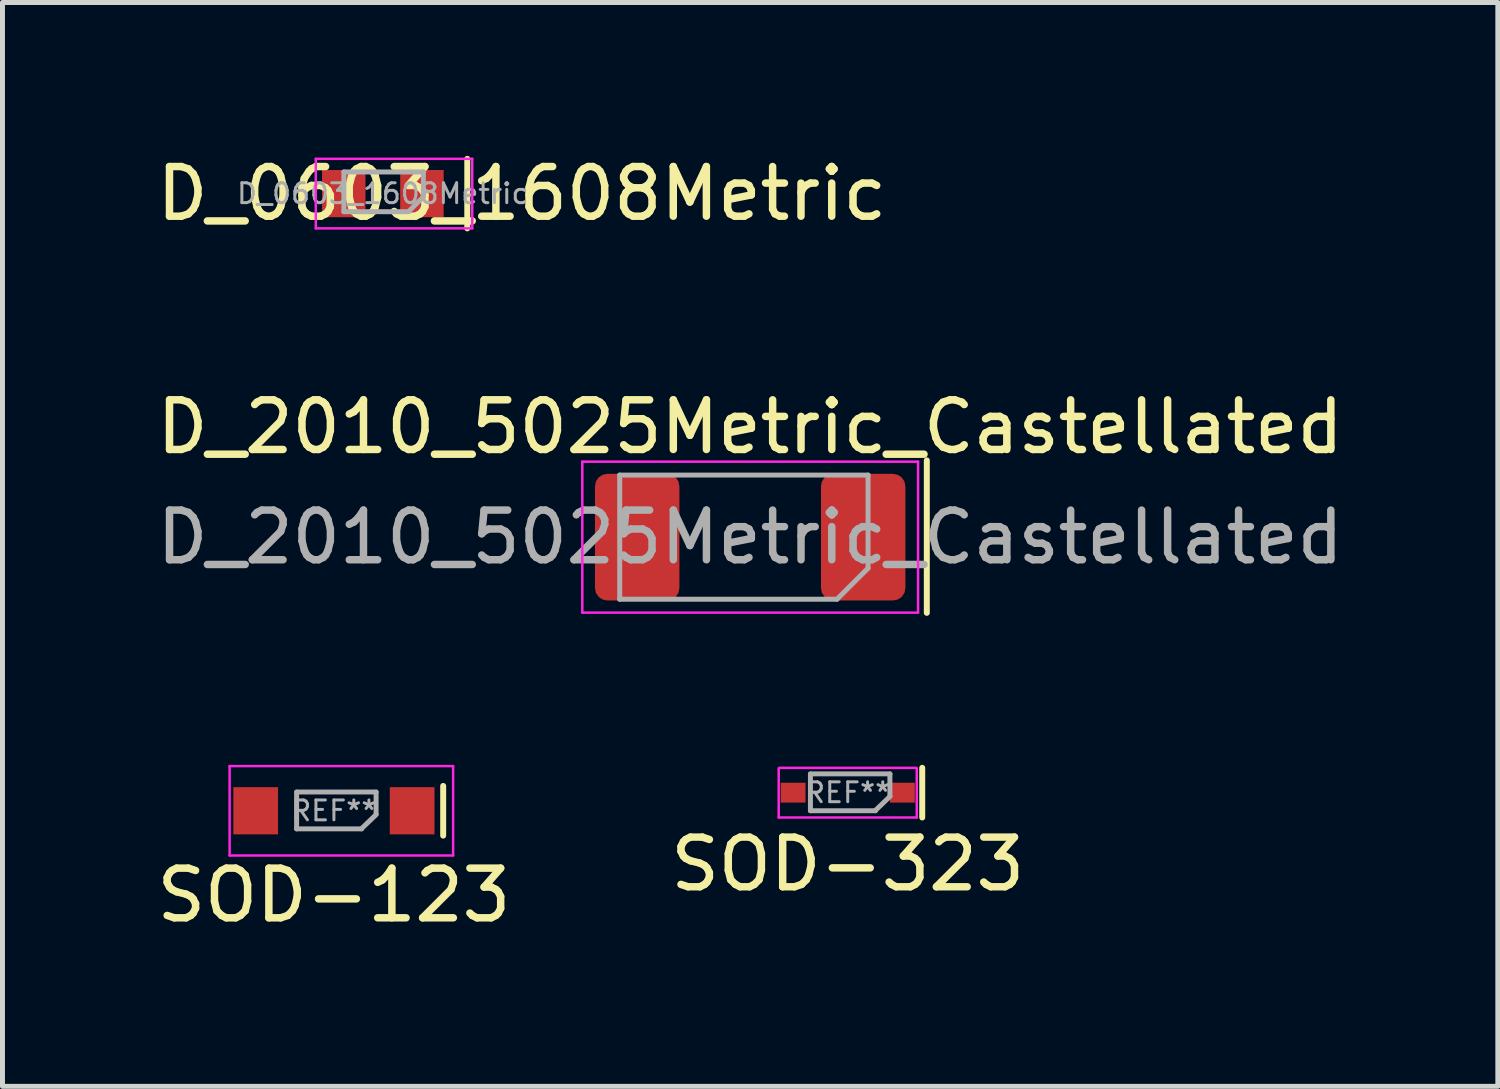
<source format=kicad_pcb>
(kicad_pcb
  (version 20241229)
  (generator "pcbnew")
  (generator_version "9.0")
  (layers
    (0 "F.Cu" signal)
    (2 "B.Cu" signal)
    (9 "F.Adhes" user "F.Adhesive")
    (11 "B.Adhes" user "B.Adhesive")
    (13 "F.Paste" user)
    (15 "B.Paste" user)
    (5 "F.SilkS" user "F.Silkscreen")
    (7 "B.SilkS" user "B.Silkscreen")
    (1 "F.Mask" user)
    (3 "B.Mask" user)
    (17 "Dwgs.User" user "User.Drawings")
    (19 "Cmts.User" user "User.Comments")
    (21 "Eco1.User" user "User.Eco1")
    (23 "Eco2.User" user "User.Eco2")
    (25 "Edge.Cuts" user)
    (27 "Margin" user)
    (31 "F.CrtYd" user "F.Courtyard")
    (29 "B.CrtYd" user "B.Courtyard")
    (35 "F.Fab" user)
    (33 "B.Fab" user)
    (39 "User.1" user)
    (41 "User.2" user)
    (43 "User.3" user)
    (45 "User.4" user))
  (footprint "D_0603_1608Metric"
    (layer "F.Cu")
    (at 4.658 0.848)
    (property "Reference" "D_0603_1608Metric" (at 2.8 0 0) (layer "F.SilkS") (effects (font (size 1 1) (thickness 0.15))))
    (attr smd)
    (fp_line (start 1.7 -0.7) (end 1.7 0.7) (stroke (width 0.12) (type solid)) (layer "F.SilkS"))
    (fp_line (start -1.35 -0.7) (end 1.8 -0.7) (stroke (width 0.05) (type solid)) (layer "F.CrtYd"))
    (fp_line (start -1.35 0.7) (end -1.35 -0.7) (stroke (width 0.05) (type solid)) (layer "F.CrtYd"))
    (fp_line (start 1.8 -0.7) (end 1.8 0.7) (stroke (width 0.05) (type solid)) (layer "F.CrtYd"))
    (fp_line (start 1.8 0.7) (end -1.35 0.7) (stroke (width 0.05) (type solid)) (layer "F.CrtYd"))
    (fp_line (start -0.784 -0.436) (end -0.784 0.364) (stroke (width 0.1) (type solid)) (layer "F.Fab"))
    (fp_line (start -0.784 0.364) (end 0.516 0.364) (stroke (width 0.1) (type solid)) (layer "F.Fab"))
    (fp_line (start 0.516 0.364) (end 0.816 0.064) (stroke (width 0.1) (type solid)) (layer "F.Fab"))
    (fp_line (start 0.816 -0.436) (end -0.784 -0.436) (stroke (width 0.1) (type solid)) (layer "F.Fab"))
    (fp_line (start 0.816 0.064) (end 0.816 -0.436) (stroke (width 0.1) (type solid)) (layer "F.Fab"))
    (fp_text user "${REFERENCE}" (at 0 0 0) (layer "F.Fab") (effects (font (size 0.4 0.4) (thickness 0.06))))
    (pad "1" smd rect (at -0.787 0) (size 0.875 0.95) (layers "F.Cu" "F.Mask" "F.Paste"))
    (pad "2" smd rect (at 0.787 0) (size 0.875 0.95) (layers "F.Cu" "F.Mask" "F.Paste")))
  (footprint "SOD-123"
    (layer "F.Cu")
    (at 3.673 13.274)
    (property "Reference" "SOD-123" (at 0 1.7 0) (layer "F.SilkS") (effects (font (size 1 1) (thickness 0.15))))
    (attr smd)
    (fp_line (start 2.2 -0.5) (end 2.2 0.5) (stroke (width 0.12) (type solid)) (layer "F.SilkS"))
    (fp_line (start -2.1 -0.9) (end 2.4 -0.9) (stroke (width 0.05) (type solid)) (layer "F.CrtYd"))
    (fp_line (start -2.1 0.9) (end -2.1 -0.9) (stroke (width 0.05) (type solid)) (layer "F.CrtYd"))
    (fp_line (start 2.4 -0.9) (end 2.4 0.9) (stroke (width 0.05) (type solid)) (layer "F.CrtYd"))
    (fp_line (start 2.4 0.9) (end -2.1 0.9) (stroke (width 0.05) (type solid)) (layer "F.CrtYd"))
    (fp_line (start -0.751 -0.375) (end -0.751 0.364) (stroke (width 0.1) (type solid)) (layer "F.Fab"))
    (fp_line (start -0.75 0.364) (end 0.56 0.364) (stroke (width 0.1) (type solid)) (layer "F.Fab"))
    (fp_line (start 0.552 0.363) (end 0.852 0.075) (stroke (width 0.1) (type solid)) (layer "F.Fab"))
    (fp_line (start 0.849 0.064) (end 0.849 -0.375) (stroke (width 0.1) (type solid)) (layer "F.Fab"))
    (fp_line (start 0.85 -0.378) (end -0.75 -0.378) (stroke (width 0.1) (type solid)) (layer "F.Fab"))
    (fp_text user "REF**" (at 0 0 0) (layer "F.Fab") (effects (font (size 0.4 0.4) (thickness 0.06))))
    (pad "1" smd rect (at 1.575 0) (size 0.9 0.95) (layers "F.Cu" "F.Mask" "F.Paste"))
    (pad "2" smd rect (at -1.575 0) (size 0.9 0.95) (layers "F.Cu" "F.Mask" "F.Paste")))
  (footprint "D_2010_5025Metric_Castellated"
    (layer "F.Cu")
    (at 12.054 7.765)
    (property "Reference" "D_2010_5025Metric_Castellated" (at 0 -2.22 0) (layer "F.SilkS") (effects (font (size 1 1) (thickness 0.15))))
    (attr smd)
    (fp_line (start 3.556 -1.546) (end 3.556 1.524) (stroke (width 0.12) (type solid)) (layer "F.SilkS"))
    (fp_line (start -3.38 -1.52) (end 3.38 -1.52) (stroke (width 0.05) (type solid)) (layer "F.CrtYd"))
    (fp_line (start -3.38 1.52) (end -3.38 -1.52) (stroke (width 0.05) (type solid)) (layer "F.CrtYd"))
    (fp_line (start 3.38 -1.52) (end 3.38 1.52) (stroke (width 0.05) (type solid)) (layer "F.CrtYd"))
    (fp_line (start 3.38 1.52) (end -3.38 1.52) (stroke (width 0.05) (type solid)) (layer "F.CrtYd"))
    (fp_line (start -2.627 -1.25) (end -2.627 1.25) (stroke (width 0.1) (type solid)) (layer "F.Fab"))
    (fp_line (start -2.627 1.25) (end 1.748 1.25) (stroke (width 0.1) (type solid)) (layer "F.Fab"))
    (fp_line (start 1.748 1.25) (end 2.373 0.625) (stroke (width 0.1) (type solid)) (layer "F.Fab"))
    (fp_line (start 2.373 -1.25) (end -2.627 -1.25) (stroke (width 0.1) (type solid)) (layer "F.Fab"))
    (fp_line (start 2.373 0.625) (end 2.373 -1.25) (stroke (width 0.1) (type solid)) (layer "F.Fab"))
    (fp_text user "${REFERENCE}" (at 0 0 0) (layer "F.Fab") (effects (font (size 1 1) (thickness 0.15))))
    (pad "1" smd roundrect (at -2.275 0) (size 1.7 2.55) (layers "F.Cu" "F.Mask" "F.Paste") (roundrect_rratio 0.147))
    (pad "2" smd roundrect (at 2.275 0) (size 1.7 2.55) (layers "F.Cu" "F.Mask" "F.Paste") (roundrect_rratio 0.147)))
  (footprint "SOD-323"
    (layer "F.Cu")
    (at 14.018 12.909)
    (property "Reference" "SOD-323" (at 0 1.44 0) (layer "F.SilkS") (effects (font (size 1 1) (thickness 0.15))))
    (attr smd)
    (fp_line (start 1.5 -0.5) (end 1.5 0.5) (stroke (width 0.12) (type solid)) (layer "F.SilkS"))
    (fp_line (start -1.39 0.5) (end -1.39 -0.49) (stroke (width 0.05) (type solid)) (layer "F.CrtYd"))
    (fp_line (start -1.38 -0.499) (end 1.38 -0.499) (stroke (width 0.05) (type solid)) (layer "F.CrtYd"))
    (fp_line (start 1.39 -0.49) (end 1.39 0.5) (stroke (width 0.05) (type solid)) (layer "F.CrtYd"))
    (fp_line (start 1.39 0.5) (end -1.39 0.5) (stroke (width 0.05) (type solid)) (layer "F.CrtYd"))
    (fp_line (start -0.751 -0.375) (end -0.751 0.364) (stroke (width 0.1) (type solid)) (layer "F.Fab"))
    (fp_line (start -0.75 0.364) (end 0.56 0.364) (stroke (width 0.1) (type solid)) (layer "F.Fab"))
    (fp_line (start 0.552 0.363) (end 0.852 0.075) (stroke (width 0.1) (type solid)) (layer "F.Fab"))
    (fp_line (start 0.849 0.064) (end 0.849 -0.375) (stroke (width 0.1) (type solid)) (layer "F.Fab"))
    (fp_line (start 0.85 -0.378) (end -0.75 -0.378) (stroke (width 0.1) (type solid)) (layer "F.Fab"))
    (fp_text user "REF**" (at 0 0 0) (layer "F.Fab") (effects (font (size 0.4 0.4) (thickness 0.06))))
    (pad "1" smd rect (at 1.1 0) (size 0.5 0.4) (layers "F.Cu" "F.Mask" "F.Paste"))
    (pad "2" smd rect (at -1.1 0) (size 0.5 0.4) (layers "F.Cu" "F.Mask" "F.Paste")))
  (gr_rect
    (start -3 -3)
    (end 27.107 18.822)
    (stroke (width 0.1) (type default))
    (fill no)
    (layer "Edge.Cuts")))
</source>
